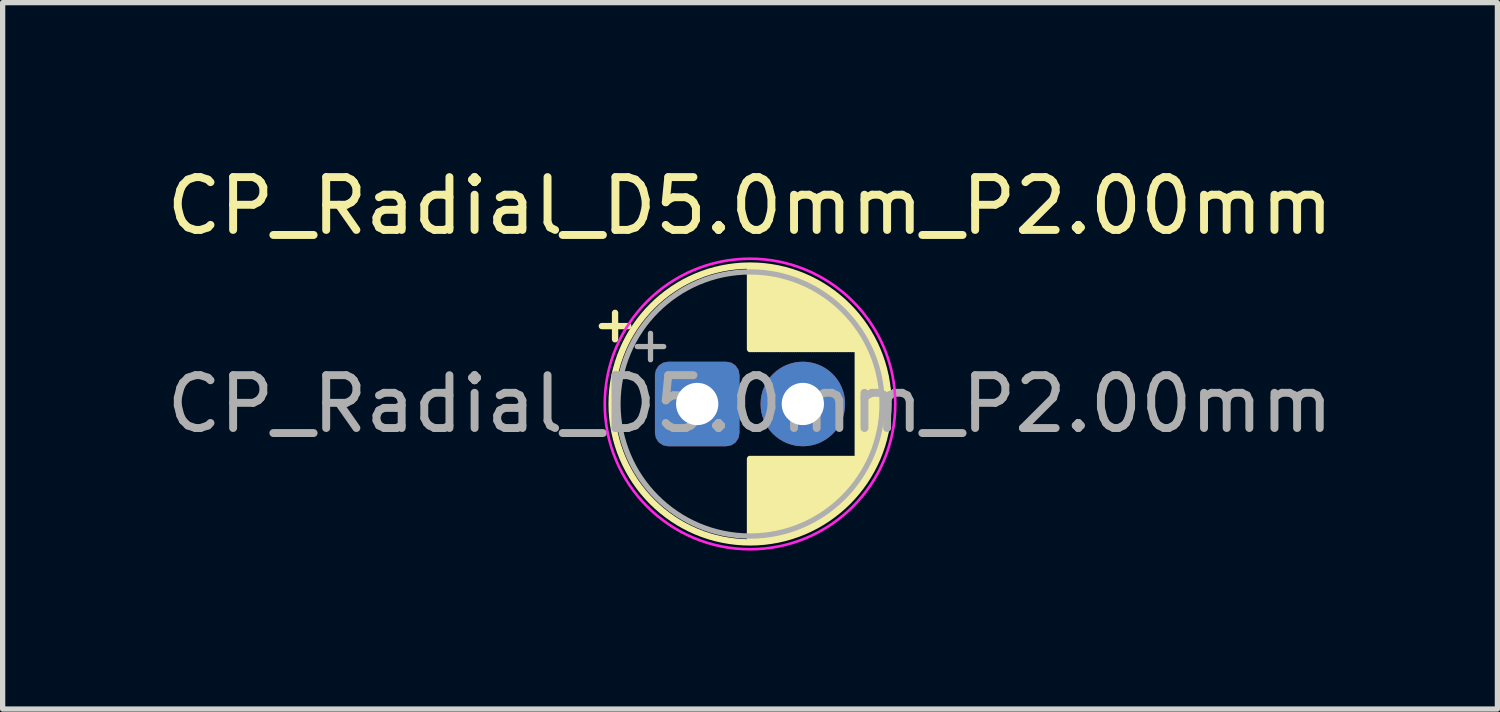
<source format=kicad_pcb>
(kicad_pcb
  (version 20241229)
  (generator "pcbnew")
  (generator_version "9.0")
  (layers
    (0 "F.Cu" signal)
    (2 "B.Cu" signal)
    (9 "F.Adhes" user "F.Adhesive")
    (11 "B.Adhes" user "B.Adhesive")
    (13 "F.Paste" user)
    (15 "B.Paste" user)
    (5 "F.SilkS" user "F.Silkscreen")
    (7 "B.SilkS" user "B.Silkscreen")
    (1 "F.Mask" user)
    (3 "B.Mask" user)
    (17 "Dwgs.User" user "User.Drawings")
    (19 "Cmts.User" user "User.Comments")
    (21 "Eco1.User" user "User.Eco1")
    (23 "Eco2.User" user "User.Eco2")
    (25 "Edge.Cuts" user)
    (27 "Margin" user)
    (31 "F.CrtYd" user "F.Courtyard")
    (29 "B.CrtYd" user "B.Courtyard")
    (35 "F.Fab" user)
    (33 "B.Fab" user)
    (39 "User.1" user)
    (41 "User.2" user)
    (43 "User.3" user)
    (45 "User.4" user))
  (footprint "CP_Radial_D5.0mm_P2.00mm"
    (layer "F.Cu")
    (at 10.149 4.598)
    (property "Reference" "CP_Radial_D5.0mm_P2.00mm" (at 1 -3.75 0) (layer "F.SilkS") (effects (font (size 1 1) (thickness 0.15))))
    (attr through_hole)
    (fp_line (start -1.805 -1.475) (end -1.305 -1.475) (stroke (width 0.12) (type solid)) (layer "F.SilkS"))
    (fp_line (start -1.555 -1.725) (end -1.555 -1.225) (stroke (width 0.12) (type solid)) (layer "F.SilkS"))
    (fp_line (start 1 -2.58) (end 1 -1.04) (stroke (width 0.12) (type solid)) (layer "F.SilkS"))
    (fp_line (start 1 1.04) (end 1 2.58) (stroke (width 0.12) (type solid)) (layer "F.SilkS"))
    (fp_line (start 1.04 -2.58) (end 1.04 -1.04) (stroke (width 0.12) (type solid)) (layer "F.SilkS"))
    (fp_line (start 1.04 1.04) (end 1.04 2.58) (stroke (width 0.12) (type solid)) (layer "F.SilkS"))
    (fp_line (start 1.08 -2.579) (end 1.08 -1.04) (stroke (width 0.12) (type solid)) (layer "F.SilkS"))
    (fp_line (start 1.08 1.04) (end 1.08 2.579) (stroke (width 0.12) (type solid)) (layer "F.SilkS"))
    (fp_line (start 1.12 -2.577) (end 1.12 -1.04) (stroke (width 0.12) (type solid)) (layer "F.SilkS"))
    (fp_line (start 1.12 1.04) (end 1.12 2.577) (stroke (width 0.12) (type solid)) (layer "F.SilkS"))
    (fp_line (start 1.16 -2.575) (end 1.16 -1.04) (stroke (width 0.12) (type solid)) (layer "F.SilkS"))
    (fp_line (start 1.16 1.04) (end 1.16 2.575) (stroke (width 0.12) (type solid)) (layer "F.SilkS"))
    (fp_line (start 1.2 -2.572) (end 1.2 -1.04) (stroke (width 0.12) (type solid)) (layer "F.SilkS"))
    (fp_line (start 1.2 1.04) (end 1.2 2.572) (stroke (width 0.12) (type solid)) (layer "F.SilkS"))
    (fp_line (start 1.24 -2.569) (end 1.24 -1.04) (stroke (width 0.12) (type solid)) (layer "F.SilkS"))
    (fp_line (start 1.24 1.04) (end 1.24 2.569) (stroke (width 0.12) (type solid)) (layer "F.SilkS"))
    (fp_line (start 1.28 -2.565) (end 1.28 -1.04) (stroke (width 0.12) (type solid)) (layer "F.SilkS"))
    (fp_line (start 1.28 1.04) (end 1.28 2.565) (stroke (width 0.12) (type solid)) (layer "F.SilkS"))
    (fp_line (start 1.32 -2.56) (end 1.32 -1.04) (stroke (width 0.12) (type solid)) (layer "F.SilkS"))
    (fp_line (start 1.32 1.04) (end 1.32 2.56) (stroke (width 0.12) (type solid)) (layer "F.SilkS"))
    (fp_line (start 1.36 -2.555) (end 1.36 -1.04) (stroke (width 0.12) (type solid)) (layer "F.SilkS"))
    (fp_line (start 1.36 1.04) (end 1.36 2.555) (stroke (width 0.12) (type solid)) (layer "F.SilkS"))
    (fp_line (start 1.4 -2.549) (end 1.4 -1.04) (stroke (width 0.12) (type solid)) (layer "F.SilkS"))
    (fp_line (start 1.4 1.04) (end 1.4 2.549) (stroke (width 0.12) (type solid)) (layer "F.SilkS"))
    (fp_line (start 1.44 -2.543) (end 1.44 -1.04) (stroke (width 0.12) (type solid)) (layer "F.SilkS"))
    (fp_line (start 1.44 1.04) (end 1.44 2.543) (stroke (width 0.12) (type solid)) (layer "F.SilkS"))
    (fp_line (start 1.48 -2.536) (end 1.48 -1.04) (stroke (width 0.12) (type solid)) (layer "F.SilkS"))
    (fp_line (start 1.48 1.04) (end 1.48 2.536) (stroke (width 0.12) (type solid)) (layer "F.SilkS"))
    (fp_line (start 1.52 -2.528) (end 1.52 -1.04) (stroke (width 0.12) (type solid)) (layer "F.SilkS"))
    (fp_line (start 1.52 1.04) (end 1.52 2.528) (stroke (width 0.12) (type solid)) (layer "F.SilkS"))
    (fp_line (start 1.56 -2.519) (end 1.56 -1.04) (stroke (width 0.12) (type solid)) (layer "F.SilkS"))
    (fp_line (start 1.56 1.04) (end 1.56 2.519) (stroke (width 0.12) (type solid)) (layer "F.SilkS"))
    (fp_line (start 1.6 -2.51) (end 1.6 -1.04) (stroke (width 0.12) (type solid)) (layer "F.SilkS"))
    (fp_line (start 1.6 1.04) (end 1.6 2.51) (stroke (width 0.12) (type solid)) (layer "F.SilkS"))
    (fp_line (start 1.64 -2.501) (end 1.64 -1.04) (stroke (width 0.12) (type solid)) (layer "F.SilkS"))
    (fp_line (start 1.64 1.04) (end 1.64 2.501) (stroke (width 0.12) (type solid)) (layer "F.SilkS"))
    (fp_line (start 1.68 -2.49) (end 1.68 -1.04) (stroke (width 0.12) (type solid)) (layer "F.SilkS"))
    (fp_line (start 1.68 1.04) (end 1.68 2.49) (stroke (width 0.12) (type solid)) (layer "F.SilkS"))
    (fp_line (start 1.72 -2.479) (end 1.72 -1.04) (stroke (width 0.12) (type solid)) (layer "F.SilkS"))
    (fp_line (start 1.72 1.04) (end 1.72 2.479) (stroke (width 0.12) (type solid)) (layer "F.SilkS"))
    (fp_line (start 1.76 -2.467) (end 1.76 -1.04) (stroke (width 0.12) (type solid)) (layer "F.SilkS"))
    (fp_line (start 1.76 1.04) (end 1.76 2.467) (stroke (width 0.12) (type solid)) (layer "F.SilkS"))
    (fp_line (start 1.8 -2.455) (end 1.8 -1.04) (stroke (width 0.12) (type solid)) (layer "F.SilkS"))
    (fp_line (start 1.8 1.04) (end 1.8 2.455) (stroke (width 0.12) (type solid)) (layer "F.SilkS"))
    (fp_line (start 1.84 -2.442) (end 1.84 -1.04) (stroke (width 0.12) (type solid)) (layer "F.SilkS"))
    (fp_line (start 1.84 1.04) (end 1.84 2.442) (stroke (width 0.12) (type solid)) (layer "F.SilkS"))
    (fp_line (start 1.88 -2.428) (end 1.88 -1.04) (stroke (width 0.12) (type solid)) (layer "F.SilkS"))
    (fp_line (start 1.88 1.04) (end 1.88 2.428) (stroke (width 0.12) (type solid)) (layer "F.SilkS"))
    (fp_line (start 1.92 -2.413) (end 1.92 -1.04) (stroke (width 0.12) (type solid)) (layer "F.SilkS"))
    (fp_line (start 1.92 1.04) (end 1.92 2.413) (stroke (width 0.12) (type solid)) (layer "F.SilkS"))
    (fp_line (start 1.96 -2.398) (end 1.96 -1.04) (stroke (width 0.12) (type solid)) (layer "F.SilkS"))
    (fp_line (start 1.96 1.04) (end 1.96 2.398) (stroke (width 0.12) (type solid)) (layer "F.SilkS"))
    (fp_line (start 2 -2.382) (end 2 -1.04) (stroke (width 0.12) (type solid)) (layer "F.SilkS"))
    (fp_line (start 2 1.04) (end 2 2.382) (stroke (width 0.12) (type solid)) (layer "F.SilkS"))
    (fp_line (start 2.04 -2.365) (end 2.04 -1.04) (stroke (width 0.12) (type solid)) (layer "F.SilkS"))
    (fp_line (start 2.04 1.04) (end 2.04 2.365) (stroke (width 0.12) (type solid)) (layer "F.SilkS"))
    (fp_line (start 2.08 -2.347) (end 2.08 -1.04) (stroke (width 0.12) (type solid)) (layer "F.SilkS"))
    (fp_line (start 2.08 1.04) (end 2.08 2.347) (stroke (width 0.12) (type solid)) (layer "F.SilkS"))
    (fp_line (start 2.12 -2.329) (end 2.12 -1.04) (stroke (width 0.12) (type solid)) (layer "F.SilkS"))
    (fp_line (start 2.12 1.04) (end 2.12 2.329) (stroke (width 0.12) (type solid)) (layer "F.SilkS"))
    (fp_line (start 2.16 -2.309) (end 2.16 -1.04) (stroke (width 0.12) (type solid)) (layer "F.SilkS"))
    (fp_line (start 2.16 1.04) (end 2.16 2.309) (stroke (width 0.12) (type solid)) (layer "F.SilkS"))
    (fp_line (start 2.2 -2.289) (end 2.2 -1.04) (stroke (width 0.12) (type solid)) (layer "F.SilkS"))
    (fp_line (start 2.2 1.04) (end 2.2 2.289) (stroke (width 0.12) (type solid)) (layer "F.SilkS"))
    (fp_line (start 2.24 -2.268) (end 2.24 -1.04) (stroke (width 0.12) (type solid)) (layer "F.SilkS"))
    (fp_line (start 2.24 1.04) (end 2.24 2.268) (stroke (width 0.12) (type solid)) (layer "F.SilkS"))
    (fp_line (start 2.28 -2.246) (end 2.28 -1.04) (stroke (width 0.12) (type solid)) (layer "F.SilkS"))
    (fp_line (start 2.28 1.04) (end 2.28 2.246) (stroke (width 0.12) (type solid)) (layer "F.SilkS"))
    (fp_line (start 2.32 -2.223) (end 2.32 -1.04) (stroke (width 0.12) (type solid)) (layer "F.SilkS"))
    (fp_line (start 2.32 1.04) (end 2.32 2.223) (stroke (width 0.12) (type solid)) (layer "F.SilkS"))
    (fp_line (start 2.36 -2.199) (end 2.36 -1.04) (stroke (width 0.12) (type solid)) (layer "F.SilkS"))
    (fp_line (start 2.36 1.04) (end 2.36 2.199) (stroke (width 0.12) (type solid)) (layer "F.SilkS"))
    (fp_line (start 2.4 -2.175) (end 2.4 -1.04) (stroke (width 0.12) (type solid)) (layer "F.SilkS"))
    (fp_line (start 2.4 1.04) (end 2.4 2.175) (stroke (width 0.12) (type solid)) (layer "F.SilkS"))
    (fp_line (start 2.44 -2.149) (end 2.44 -1.04) (stroke (width 0.12) (type solid)) (layer "F.SilkS"))
    (fp_line (start 2.44 1.04) (end 2.44 2.149) (stroke (width 0.12) (type solid)) (layer "F.SilkS"))
    (fp_line (start 2.48 -2.122) (end 2.48 -1.04) (stroke (width 0.12) (type solid)) (layer "F.SilkS"))
    (fp_line (start 2.48 1.04) (end 2.48 2.122) (stroke (width 0.12) (type solid)) (layer "F.SilkS"))
    (fp_line (start 2.52 -2.094) (end 2.52 -1.04) (stroke (width 0.12) (type solid)) (layer "F.SilkS"))
    (fp_line (start 2.52 1.04) (end 2.52 2.094) (stroke (width 0.12) (type solid)) (layer "F.SilkS"))
    (fp_line (start 2.56 -2.065) (end 2.56 -1.04) (stroke (width 0.12) (type solid)) (layer "F.SilkS"))
    (fp_line (start 2.56 1.04) (end 2.56 2.065) (stroke (width 0.12) (type solid)) (layer "F.SilkS"))
    (fp_line (start 2.6 -2.035) (end 2.6 -1.04) (stroke (width 0.12) (type solid)) (layer "F.SilkS"))
    (fp_line (start 2.6 1.04) (end 2.6 2.035) (stroke (width 0.12) (type solid)) (layer "F.SilkS"))
    (fp_line (start 2.64 -2.003) (end 2.64 -1.04) (stroke (width 0.12) (type solid)) (layer "F.SilkS"))
    (fp_line (start 2.64 1.04) (end 2.64 2.003) (stroke (width 0.12) (type solid)) (layer "F.SilkS"))
    (fp_line (start 2.68 -1.97) (end 2.68 -1.04) (stroke (width 0.12) (type solid)) (layer "F.SilkS"))
    (fp_line (start 2.68 1.04) (end 2.68 1.97) (stroke (width 0.12) (type solid)) (layer "F.SilkS"))
    (fp_line (start 2.72 -1.936) (end 2.72 -1.04) (stroke (width 0.12) (type solid)) (layer "F.SilkS"))
    (fp_line (start 2.72 1.04) (end 2.72 1.936) (stroke (width 0.12) (type solid)) (layer "F.SilkS"))
    (fp_line (start 2.76 -1.901) (end 2.76 -1.04) (stroke (width 0.12) (type solid)) (layer "F.SilkS"))
    (fp_line (start 2.76 1.04) (end 2.76 1.901) (stroke (width 0.12) (type solid)) (layer "F.SilkS"))
    (fp_line (start 2.8 -1.864) (end 2.8 -1.04) (stroke (width 0.12) (type solid)) (layer "F.SilkS"))
    (fp_line (start 2.8 1.04) (end 2.8 1.864) (stroke (width 0.12) (type solid)) (layer "F.SilkS"))
    (fp_line (start 2.84 -1.825) (end 2.84 -1.04) (stroke (width 0.12) (type solid)) (layer "F.SilkS"))
    (fp_line (start 2.84 1.04) (end 2.84 1.825) (stroke (width 0.12) (type solid)) (layer "F.SilkS"))
    (fp_line (start 2.88 -1.785) (end 2.88 -1.04) (stroke (width 0.12) (type solid)) (layer "F.SilkS"))
    (fp_line (start 2.88 1.04) (end 2.88 1.785) (stroke (width 0.12) (type solid)) (layer "F.SilkS"))
    (fp_line (start 2.92 -1.743) (end 2.92 -1.04) (stroke (width 0.12) (type solid)) (layer "F.SilkS"))
    (fp_line (start 2.92 1.04) (end 2.92 1.743) (stroke (width 0.12) (type solid)) (layer "F.SilkS"))
    (fp_line (start 2.96 -1.699) (end 2.96 -1.04) (stroke (width 0.12) (type solid)) (layer "F.SilkS"))
    (fp_line (start 2.96 1.04) (end 2.96 1.699) (stroke (width 0.12) (type solid)) (layer "F.SilkS"))
    (fp_line (start 3 -1.652) (end 3 -1.04) (stroke (width 0.12) (type solid)) (layer "F.SilkS"))
    (fp_line (start 3 1.04) (end 3 1.652) (stroke (width 0.12) (type solid)) (layer "F.SilkS"))
    (fp_line (start 3.04 -1.604) (end 3.04 1.604) (stroke (width 0.12) (type solid)) (layer "F.SilkS"))
    (fp_line (start 3.08 -1.553) (end 3.08 1.553) (stroke (width 0.12) (type solid)) (layer "F.SilkS"))
    (fp_line (start 3.12 -1.499) (end 3.12 1.499) (stroke (width 0.12) (type solid)) (layer "F.SilkS"))
    (fp_line (start 3.16 -1.443) (end 3.16 1.443) (stroke (width 0.12) (type solid)) (layer "F.SilkS"))
    (fp_line (start 3.2 -1.383) (end 3.2 1.383) (stroke (width 0.12) (type solid)) (layer "F.SilkS"))
    (fp_line (start 3.24 -1.319) (end 3.24 1.319) (stroke (width 0.12) (type solid)) (layer "F.SilkS"))
    (fp_line (start 3.28 -1.251) (end 3.28 1.251) (stroke (width 0.12) (type solid)) (layer "F.SilkS"))
    (fp_line (start 3.32 -1.177) (end 3.32 1.177) (stroke (width 0.12) (type solid)) (layer "F.SilkS"))
    (fp_line (start 3.36 -1.098) (end 3.36 1.098) (stroke (width 0.12) (type solid)) (layer "F.SilkS"))
    (fp_line (start 3.4 -1.011) (end 3.4 1.011) (stroke (width 0.12) (type solid)) (layer "F.SilkS"))
    (fp_line (start 3.44 -0.914) (end 3.44 0.914) (stroke (width 0.12) (type solid)) (layer "F.SilkS"))
    (fp_line (start 3.48 -0.805) (end 3.48 0.805) (stroke (width 0.12) (type solid)) (layer "F.SilkS"))
    (fp_line (start 3.52 -0.677) (end 3.52 0.677) (stroke (width 0.12) (type solid)) (layer "F.SilkS"))
    (fp_line (start 3.56 -0.517) (end 3.56 0.517) (stroke (width 0.12) (type solid)) (layer "F.SilkS"))
    (fp_line (start 3.6 -0.283) (end 3.6 0.283) (stroke (width 0.12) (type solid)) (layer "F.SilkS"))
    (fp_circle (center 1 0) (end 3.62 0) (stroke (width 0.12) (type solid)) (fill no) (layer "F.SilkS"))
    (fp_circle (center 1 0) (end 3.75 0) (stroke (width 0.05) (type solid)) (fill no) (layer "F.CrtYd"))
    (fp_line (start -1.134 -1.087) (end -0.634 -1.087) (stroke (width 0.1) (type solid)) (layer "F.Fab"))
    (fp_line (start -0.884 -1.337) (end -0.884 -0.838) (stroke (width 0.1) (type solid)) (layer "F.Fab"))
    (fp_circle (center 1 0) (end 3.5 0) (stroke (width 0.1) (type solid)) (fill no) (layer "F.Fab"))
    (fp_text user "${REFERENCE}" (at 1 0 0) (layer "F.Fab") (effects (font (size 1 1) (thickness 0.15))))
    (pad "1" thru_hole roundrect (at 0 0) (size 1.6 1.6) (drill 0.8) (layers "*.Cu" "*.Mask") (roundrect_rratio 0.156))
    (pad "2" thru_hole circle (at 2 0) (size 1.6 1.6) (drill 0.8) (layers "*.Cu" "*.Mask")))
  (gr_rect
    (start -3 -3)
    (end 25.298 10.373)
    (stroke (width 0.1) (type default))
    (fill no)
    (layer "Edge.Cuts")))
</source>
